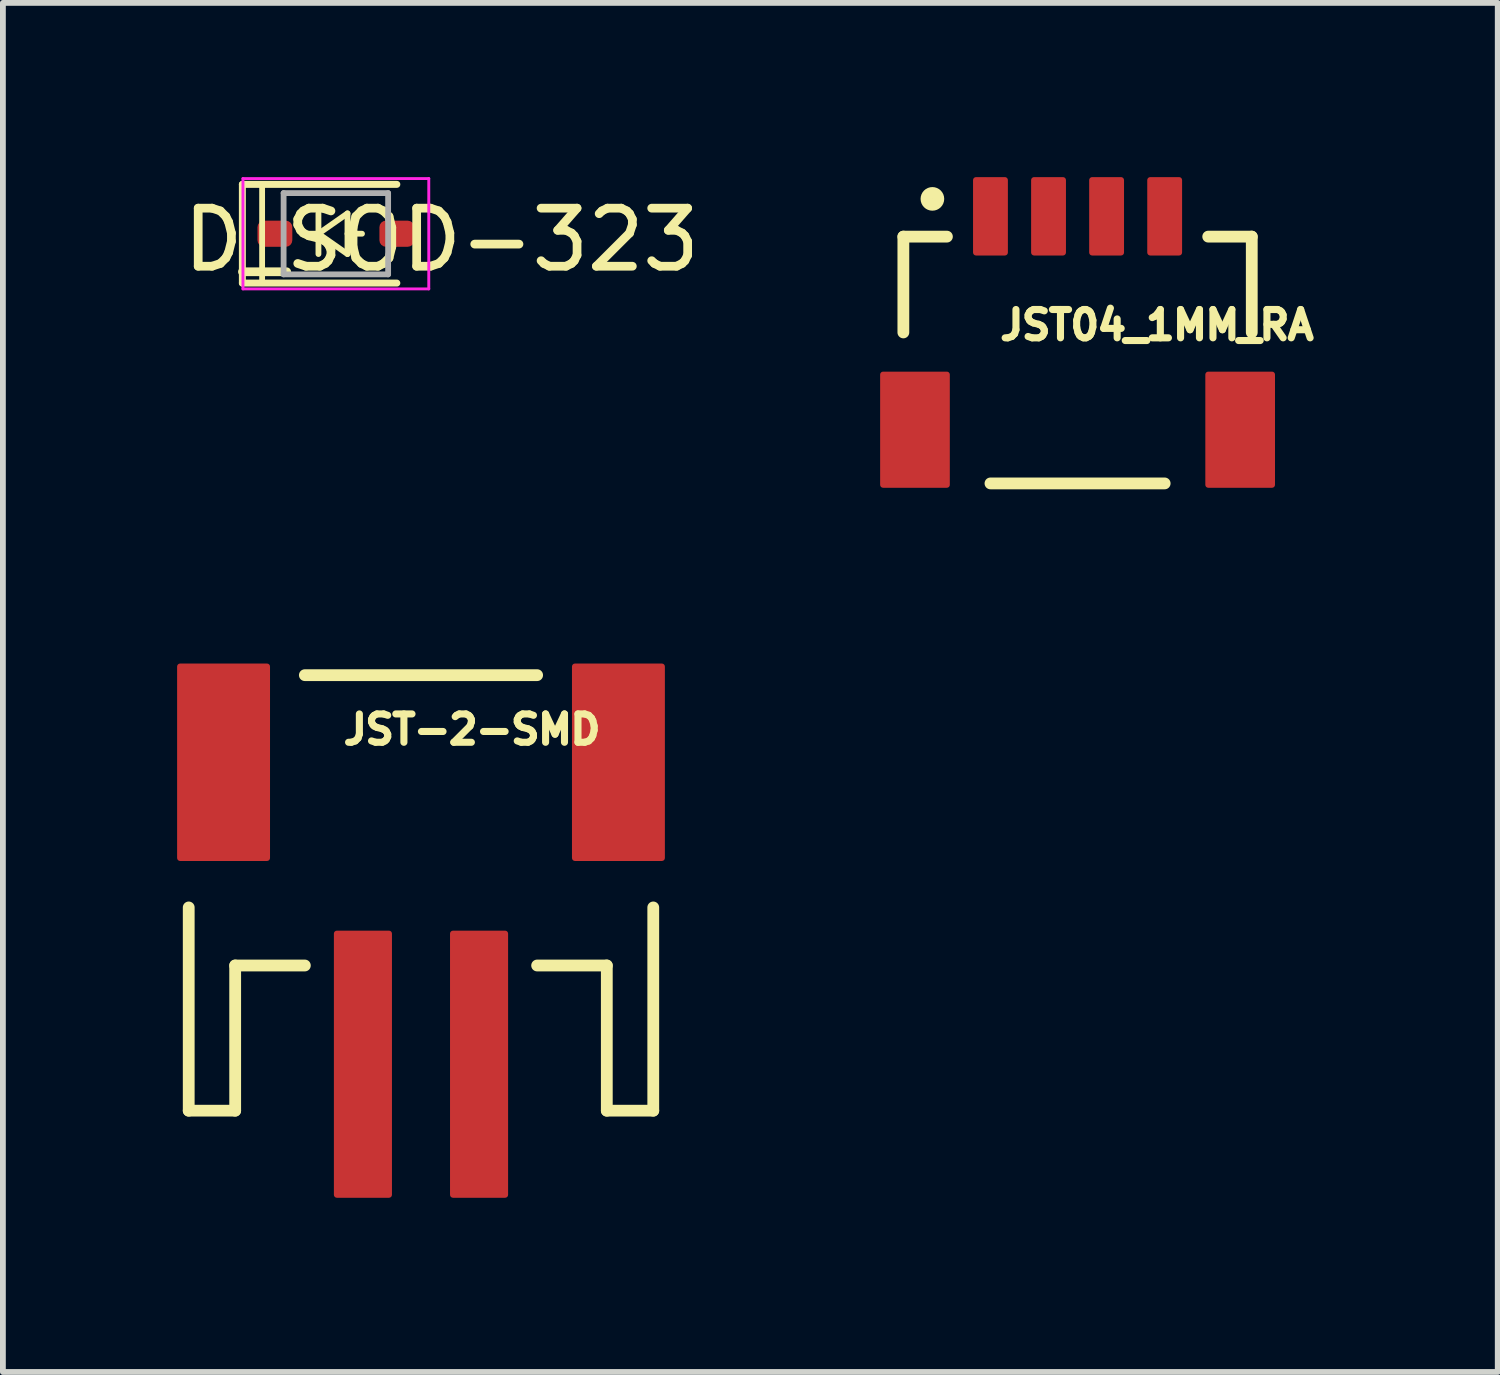
<source format=kicad_pcb>
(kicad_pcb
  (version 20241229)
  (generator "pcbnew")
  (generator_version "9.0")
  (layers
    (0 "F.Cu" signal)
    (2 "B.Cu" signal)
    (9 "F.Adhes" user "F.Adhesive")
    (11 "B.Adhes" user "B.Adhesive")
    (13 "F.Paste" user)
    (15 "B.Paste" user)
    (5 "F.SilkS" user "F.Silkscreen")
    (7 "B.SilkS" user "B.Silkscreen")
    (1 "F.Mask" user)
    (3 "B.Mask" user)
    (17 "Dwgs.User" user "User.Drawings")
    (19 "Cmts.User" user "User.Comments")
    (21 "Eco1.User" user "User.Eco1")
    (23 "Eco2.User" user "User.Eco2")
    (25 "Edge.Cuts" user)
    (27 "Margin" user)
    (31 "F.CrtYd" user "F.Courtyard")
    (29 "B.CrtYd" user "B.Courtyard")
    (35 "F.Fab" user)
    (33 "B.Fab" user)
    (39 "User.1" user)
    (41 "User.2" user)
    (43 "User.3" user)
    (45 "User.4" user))
  (footprint "JST-2-SMD"
    (layer "F.Cu")
    (at 4.2 11.577)
    (property "Reference" "JST-2-SMD" (at -1.397 -1.778 0) (layer "F.SilkS") (effects (font (size 0.488 0.488) (thickness 0.122)) (justify left bottom)))
    (fp_line (start -4 1) (end -4 4.5) (stroke (width 0.203) (type solid)) (layer "F.SilkS"))
    (fp_line (start -4 4.5) (end -3.2 4.5) (stroke (width 0.203) (type solid)) (layer "F.SilkS"))
    (fp_line (start -3.2 2) (end -2 2) (stroke (width 0.203) (type solid)) (layer "F.SilkS"))
    (fp_line (start -3.2 4.5) (end -3.2 2) (stroke (width 0.203) (type solid)) (layer "F.SilkS"))
    (fp_line (start 2 -3) (end -2 -3) (stroke (width 0.203) (type solid)) (layer "F.SilkS"))
    (fp_line (start 2 2) (end 3.2 2) (stroke (width 0.203) (type solid)) (layer "F.SilkS"))
    (fp_line (start 3.2 2) (end 3.2 4.5) (stroke (width 0.203) (type solid)) (layer "F.SilkS"))
    (fp_line (start 3.2 4.5) (end 4 4.5) (stroke (width 0.203) (type solid)) (layer "F.SilkS"))
    (fp_line (start 4 4.5) (end 4 1) (stroke (width 0.203) (type solid)) (layer "F.SilkS"))
    (pad "1" smd roundrect (at -1 3.7) (size 1 4.6) (layers "F.Cu" "F.Mask" "F.Paste") (roundrect_rratio 0.051))
    (pad "2" smd roundrect (at 1 3.7) (size 1 4.6) (layers "F.Cu" "F.Mask" "F.Paste") (roundrect_rratio 0.051))
    (pad "NC1" smd roundrect (at -3.4 -1.5 90) (size 3.4 1.6) (layers "F.Cu" "F.Mask" "F.Paste") (roundrect_rratio 0.032))
    (pad "NC2" smd roundrect (at 3.4 -1.5 90) (size 3.4 1.6) (layers "F.Cu" "F.Mask" "F.Paste") (roundrect_rratio 0.032)))
  (footprint "JST04_1MM_RA"
    (layer "F.Cu")
    (at 15.507 0.675)
    (property "Reference" "JST04_1MM_RA" (at -1.397 2.159 0) (layer "F.SilkS") (effects (font (size 0.488 0.488) (thickness 0.122)) (justify left bottom)))
    (fp_line (start -3 0.35) (end -2.25 0.35) (stroke (width 0.203) (type solid)) (layer "F.SilkS"))
    (fp_line (start -3 2) (end -3 0.35) (stroke (width 0.203) (type solid)) (layer "F.SilkS"))
    (fp_line (start -1.5 4.6) (end 1.5 4.6) (stroke (width 0.203) (type solid)) (layer "F.SilkS"))
    (fp_line (start 2.25 0.35) (end 3 0.35) (stroke (width 0.203) (type solid)) (layer "F.SilkS"))
    (fp_line (start 3 0.35) (end 3 2) (stroke (width 0.203) (type solid)) (layer "F.SilkS"))
    (fp_circle (center -2.5 -0.3) (end -2.398 -0.3) (stroke (width 0.203) (type solid)) (fill no) (layer "F.SilkS"))
    (pad "1" smd roundrect (at -1.5 0) (size 0.6 1.35) (layers "F.Cu" "F.Mask" "F.Paste") (roundrect_rratio 0.085))
    (pad "2" smd roundrect (at -0.5 0) (size 0.6 1.35) (layers "F.Cu" "F.Mask" "F.Paste") (roundrect_rratio 0.085))
    (pad "3" smd roundrect (at 0.5 0) (size 0.6 1.35) (layers "F.Cu" "F.Mask" "F.Paste") (roundrect_rratio 0.085))
    (pad "4" smd roundrect (at 1.5 0) (size 0.6 1.35) (layers "F.Cu" "F.Mask" "F.Paste") (roundrect_rratio 0.085))
    (pad "NC1" smd roundrect (at 2.8 3.675) (size 1.2 2) (layers "F.Cu" "F.Mask" "F.Paste") (roundrect_rratio 0.042))
    (pad "NC2" smd roundrect (at -2.8 3.675) (size 1.2 2) (layers "F.Cu" "F.Mask" "F.Paste") (roundrect_rratio 0.042)))
  (footprint "D_SOD-323"
    (layer "F.Cu")
    (at 2.734 0.975)
    (property "Reference" "D_SOD-323" (at 1.82 0.105 0) (layer "F.SilkS") (effects (font (size 1 1) (thickness 0.15))))
    (attr smd)
    (fp_line (start -1.61 -0.85) (end -1.61 0.85) (stroke (width 0.12) (type solid)) (layer "F.SilkS"))
    (fp_line (start -1.61 -0.85) (end 1.05 -0.85) (stroke (width 0.12) (type solid)) (layer "F.SilkS"))
    (fp_line (start -1.61 0.85) (end 1.05 0.85) (stroke (width 0.12) (type solid)) (layer "F.SilkS"))
    (fp_line (start -1.27 -0.851) (end -1.27 0.851) (stroke (width 0.1) (type default)) (layer "F.SilkS"))
    (fp_line (start -0.3 -0.35) (end -0.3 0.35) (stroke (width 0.1) (type solid)) (layer "F.SilkS"))
    (fp_line (start -0.3 0) (end -0.5 0) (stroke (width 0.1) (type solid)) (layer "F.SilkS"))
    (fp_line (start -0.3 0) (end 0.2 -0.35) (stroke (width 0.1) (type solid)) (layer "F.SilkS"))
    (fp_line (start 0.2 -0.35) (end 0.2 0.35) (stroke (width 0.1) (type solid)) (layer "F.SilkS"))
    (fp_line (start 0.2 0) (end 0.45 0) (stroke (width 0.1) (type solid)) (layer "F.SilkS"))
    (fp_line (start 0.2 0.35) (end -0.3 0) (stroke (width 0.1) (type solid)) (layer "F.SilkS"))
    (fp_line (start -1.6 -0.95) (end -1.6 0.95) (stroke (width 0.05) (type solid)) (layer "F.CrtYd"))
    (fp_line (start -1.6 -0.95) (end 1.6 -0.95) (stroke (width 0.05) (type solid)) (layer "F.CrtYd"))
    (fp_line (start -1.6 0.95) (end 1.6 0.95) (stroke (width 0.05) (type solid)) (layer "F.CrtYd"))
    (fp_line (start 1.6 -0.95) (end 1.6 0.95) (stroke (width 0.05) (type solid)) (layer "F.CrtYd"))
    (fp_line (start -0.9 -0.7) (end 0.9 -0.7) (stroke (width 0.1) (type solid)) (layer "F.Fab"))
    (fp_line (start -0.9 0.7) (end -0.9 -0.7) (stroke (width 0.1) (type solid)) (layer "F.Fab"))
    (fp_line (start 0.9 -0.7) (end 0.9 0.7) (stroke (width 0.1) (type solid)) (layer "F.Fab"))
    (fp_line (start 0.9 0.7) (end -0.9 0.7) (stroke (width 0.1) (type solid)) (layer "F.Fab"))
    (pad "1" smd roundrect (at -1.05 0) (size 0.6 0.45) (layers "F.Cu" "F.Mask" "F.Paste") (roundrect_rratio 0.25))
    (pad "2" smd roundrect (at 1.05 0) (size 0.6 0.45) (layers "F.Cu" "F.Mask" "F.Paste") (roundrect_rratio 0.25)))
  (gr_rect
    (start -3 -3)
    (end 22.743 20.577)
    (stroke (width 0.1) (type default))
    (fill no)
    (layer "Edge.Cuts")))
</source>
